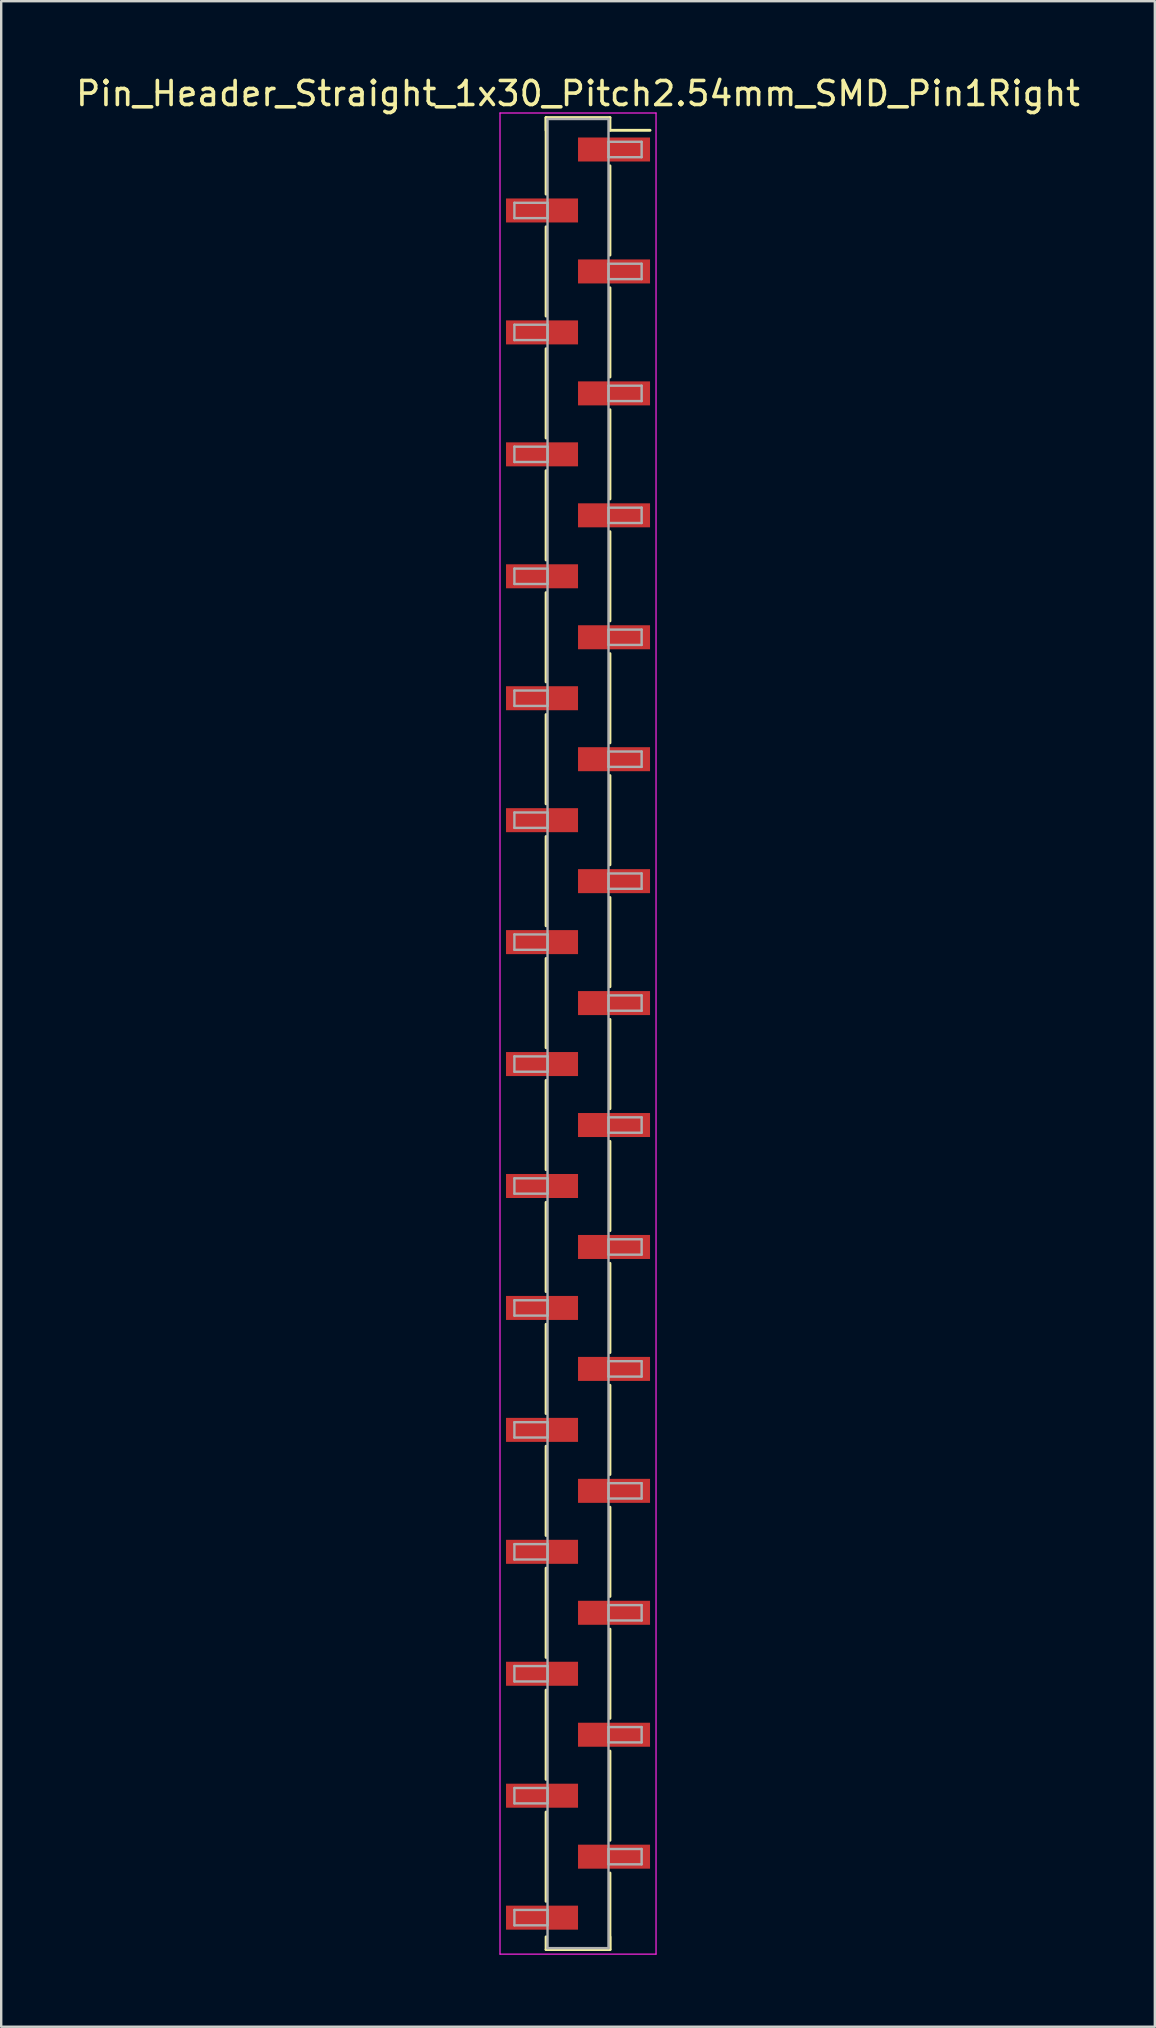
<source format=kicad_pcb>
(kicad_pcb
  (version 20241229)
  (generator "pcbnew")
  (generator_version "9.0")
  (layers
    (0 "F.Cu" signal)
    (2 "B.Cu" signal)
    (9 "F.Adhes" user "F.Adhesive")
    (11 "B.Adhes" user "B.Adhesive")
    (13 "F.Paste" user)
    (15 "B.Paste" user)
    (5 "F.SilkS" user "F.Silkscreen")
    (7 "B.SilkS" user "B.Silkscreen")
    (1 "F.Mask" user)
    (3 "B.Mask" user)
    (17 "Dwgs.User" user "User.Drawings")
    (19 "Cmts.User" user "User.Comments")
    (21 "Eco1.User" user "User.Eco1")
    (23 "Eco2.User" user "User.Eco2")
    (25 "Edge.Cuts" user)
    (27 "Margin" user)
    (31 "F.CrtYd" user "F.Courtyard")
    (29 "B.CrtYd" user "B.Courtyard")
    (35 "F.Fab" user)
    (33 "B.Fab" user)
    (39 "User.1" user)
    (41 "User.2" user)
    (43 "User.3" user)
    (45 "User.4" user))
  (footprint "Pin_Header_Straight_1x30_Pitch2.54mm_SMD_Pin1Right"
    (layer "F.Cu")
    (at 21.03 40.008)
    (property "Reference" "Pin_Header_Straight_1x30_Pitch2.54mm_SMD_Pin1Right" (at 0 -39.16 0) (layer "F.SilkS") (effects (font (size 1 1) (thickness 0.15))))
    (attr smd)
    (fp_line (start -1.33 -38.16) (end -1.33 -34.97) (stroke (width 0.12) (type solid)) (layer "F.SilkS"))
    (fp_line (start -1.33 -38.16) (end 1.33 -38.16) (stroke (width 0.12) (type solid)) (layer "F.SilkS"))
    (fp_line (start -1.33 -37.63) (end -1.33 -38.16) (stroke (width 0.12) (type solid)) (layer "F.SilkS"))
    (fp_line (start -1.33 -33.61) (end -1.33 -29.89) (stroke (width 0.12) (type solid)) (layer "F.SilkS"))
    (fp_line (start -1.33 -28.53) (end -1.33 -24.81) (stroke (width 0.12) (type solid)) (layer "F.SilkS"))
    (fp_line (start -1.33 -23.45) (end -1.33 -19.73) (stroke (width 0.12) (type solid)) (layer "F.SilkS"))
    (fp_line (start -1.33 -18.37) (end -1.33 -14.65) (stroke (width 0.12) (type solid)) (layer "F.SilkS"))
    (fp_line (start -1.33 -13.29) (end -1.33 -9.57) (stroke (width 0.12) (type solid)) (layer "F.SilkS"))
    (fp_line (start -1.33 -8.21) (end -1.33 -4.49) (stroke (width 0.12) (type solid)) (layer "F.SilkS"))
    (fp_line (start -1.33 -3.13) (end -1.33 0.59) (stroke (width 0.12) (type solid)) (layer "F.SilkS"))
    (fp_line (start -1.33 1.95) (end -1.33 5.67) (stroke (width 0.12) (type solid)) (layer "F.SilkS"))
    (fp_line (start -1.33 7.03) (end -1.33 10.75) (stroke (width 0.12) (type solid)) (layer "F.SilkS"))
    (fp_line (start -1.33 12.11) (end -1.33 15.83) (stroke (width 0.12) (type solid)) (layer "F.SilkS"))
    (fp_line (start -1.33 17.19) (end -1.33 20.91) (stroke (width 0.12) (type solid)) (layer "F.SilkS"))
    (fp_line (start -1.33 22.27) (end -1.33 25.99) (stroke (width 0.12) (type solid)) (layer "F.SilkS"))
    (fp_line (start -1.33 27.35) (end -1.33 31.07) (stroke (width 0.12) (type solid)) (layer "F.SilkS"))
    (fp_line (start -1.33 32.43) (end -1.33 36.15) (stroke (width 0.12) (type solid)) (layer "F.SilkS"))
    (fp_line (start -1.33 37.63) (end -1.33 38.16) (stroke (width 0.12) (type solid)) (layer "F.SilkS"))
    (fp_line (start -1.33 38.16) (end 1.33 38.16) (stroke (width 0.12) (type solid)) (layer "F.SilkS"))
    (fp_line (start 1.33 -38.16) (end 1.33 -37.63) (stroke (width 0.12) (type solid)) (layer "F.SilkS"))
    (fp_line (start 1.33 -37.63) (end 3 -37.63) (stroke (width 0.12) (type solid)) (layer "F.SilkS"))
    (fp_line (start 1.33 -36.15) (end 1.33 -32.43) (stroke (width 0.12) (type solid)) (layer "F.SilkS"))
    (fp_line (start 1.33 -31.07) (end 1.33 -27.35) (stroke (width 0.12) (type solid)) (layer "F.SilkS"))
    (fp_line (start 1.33 -25.99) (end 1.33 -22.27) (stroke (width 0.12) (type solid)) (layer "F.SilkS"))
    (fp_line (start 1.33 -20.91) (end 1.33 -17.19) (stroke (width 0.12) (type solid)) (layer "F.SilkS"))
    (fp_line (start 1.33 -15.83) (end 1.33 -12.11) (stroke (width 0.12) (type solid)) (layer "F.SilkS"))
    (fp_line (start 1.33 -10.75) (end 1.33 -7.03) (stroke (width 0.12) (type solid)) (layer "F.SilkS"))
    (fp_line (start 1.33 -5.67) (end 1.33 -1.95) (stroke (width 0.12) (type solid)) (layer "F.SilkS"))
    (fp_line (start 1.33 -0.59) (end 1.33 3.13) (stroke (width 0.12) (type solid)) (layer "F.SilkS"))
    (fp_line (start 1.33 4.49) (end 1.33 8.21) (stroke (width 0.12) (type solid)) (layer "F.SilkS"))
    (fp_line (start 1.33 9.57) (end 1.33 13.29) (stroke (width 0.12) (type solid)) (layer "F.SilkS"))
    (fp_line (start 1.33 14.65) (end 1.33 18.37) (stroke (width 0.12) (type solid)) (layer "F.SilkS"))
    (fp_line (start 1.33 19.73) (end 1.33 23.45) (stroke (width 0.12) (type solid)) (layer "F.SilkS"))
    (fp_line (start 1.33 24.81) (end 1.33 28.53) (stroke (width 0.12) (type solid)) (layer "F.SilkS"))
    (fp_line (start 1.33 29.89) (end 1.33 33.61) (stroke (width 0.12) (type solid)) (layer "F.SilkS"))
    (fp_line (start 1.33 34.97) (end 1.33 38.16) (stroke (width 0.12) (type solid)) (layer "F.SilkS"))
    (fp_line (start 1.33 38.16) (end 1.33 37.63) (stroke (width 0.12) (type solid)) (layer "F.SilkS"))
    (fp_line (start -3.25 -38.35) (end -3.25 38.35) (stroke (width 0.05) (type solid)) (layer "F.CrtYd"))
    (fp_line (start -3.25 38.35) (end 3.25 38.35) (stroke (width 0.05) (type solid)) (layer "F.CrtYd"))
    (fp_line (start 3.25 -38.35) (end -3.25 -38.35) (stroke (width 0.05) (type solid)) (layer "F.CrtYd"))
    (fp_line (start 3.25 38.35) (end 3.25 -38.35) (stroke (width 0.05) (type solid)) (layer "F.CrtYd"))
    (fp_line (start -2.65 -34.61) (end -1.27 -34.61) (stroke (width 0.1) (type solid)) (layer "F.Fab"))
    (fp_line (start -2.65 -33.97) (end -2.65 -34.61) (stroke (width 0.1) (type solid)) (layer "F.Fab"))
    (fp_line (start -2.65 -29.53) (end -1.27 -29.53) (stroke (width 0.1) (type solid)) (layer "F.Fab"))
    (fp_line (start -2.65 -28.89) (end -2.65 -29.53) (stroke (width 0.1) (type solid)) (layer "F.Fab"))
    (fp_line (start -2.65 -24.45) (end -1.27 -24.45) (stroke (width 0.1) (type solid)) (layer "F.Fab"))
    (fp_line (start -2.65 -23.81) (end -2.65 -24.45) (stroke (width 0.1) (type solid)) (layer "F.Fab"))
    (fp_line (start -2.65 -19.37) (end -1.27 -19.37) (stroke (width 0.1) (type solid)) (layer "F.Fab"))
    (fp_line (start -2.65 -18.73) (end -2.65 -19.37) (stroke (width 0.1) (type solid)) (layer "F.Fab"))
    (fp_line (start -2.65 -14.29) (end -1.27 -14.29) (stroke (width 0.1) (type solid)) (layer "F.Fab"))
    (fp_line (start -2.65 -13.65) (end -2.65 -14.29) (stroke (width 0.1) (type solid)) (layer "F.Fab"))
    (fp_line (start -2.65 -9.21) (end -1.27 -9.21) (stroke (width 0.1) (type solid)) (layer "F.Fab"))
    (fp_line (start -2.65 -8.57) (end -2.65 -9.21) (stroke (width 0.1) (type solid)) (layer "F.Fab"))
    (fp_line (start -2.65 -4.13) (end -1.27 -4.13) (stroke (width 0.1) (type solid)) (layer "F.Fab"))
    (fp_line (start -2.65 -3.49) (end -2.65 -4.13) (stroke (width 0.1) (type solid)) (layer "F.Fab"))
    (fp_line (start -2.65 0.95) (end -1.27 0.95) (stroke (width 0.1) (type solid)) (layer "F.Fab"))
    (fp_line (start -2.65 1.59) (end -2.65 0.95) (stroke (width 0.1) (type solid)) (layer "F.Fab"))
    (fp_line (start -2.65 6.03) (end -1.27 6.03) (stroke (width 0.1) (type solid)) (layer "F.Fab"))
    (fp_line (start -2.65 6.67) (end -2.65 6.03) (stroke (width 0.1) (type solid)) (layer "F.Fab"))
    (fp_line (start -2.65 11.11) (end -1.27 11.11) (stroke (width 0.1) (type solid)) (layer "F.Fab"))
    (fp_line (start -2.65 11.75) (end -2.65 11.11) (stroke (width 0.1) (type solid)) (layer "F.Fab"))
    (fp_line (start -2.65 16.19) (end -1.27 16.19) (stroke (width 0.1) (type solid)) (layer "F.Fab"))
    (fp_line (start -2.65 16.83) (end -2.65 16.19) (stroke (width 0.1) (type solid)) (layer "F.Fab"))
    (fp_line (start -2.65 21.27) (end -1.27 21.27) (stroke (width 0.1) (type solid)) (layer "F.Fab"))
    (fp_line (start -2.65 21.91) (end -2.65 21.27) (stroke (width 0.1) (type solid)) (layer "F.Fab"))
    (fp_line (start -2.65 26.35) (end -1.27 26.35) (stroke (width 0.1) (type solid)) (layer "F.Fab"))
    (fp_line (start -2.65 26.99) (end -2.65 26.35) (stroke (width 0.1) (type solid)) (layer "F.Fab"))
    (fp_line (start -2.65 31.43) (end -1.27 31.43) (stroke (width 0.1) (type solid)) (layer "F.Fab"))
    (fp_line (start -2.65 32.07) (end -2.65 31.43) (stroke (width 0.1) (type solid)) (layer "F.Fab"))
    (fp_line (start -2.65 36.51) (end -1.27 36.51) (stroke (width 0.1) (type solid)) (layer "F.Fab"))
    (fp_line (start -2.65 37.15) (end -2.65 36.51) (stroke (width 0.1) (type solid)) (layer "F.Fab"))
    (fp_line (start -1.27 -38.1) (end -1.27 38.1) (stroke (width 0.1) (type solid)) (layer "F.Fab"))
    (fp_line (start -1.27 -34.61) (end -1.27 -33.97) (stroke (width 0.1) (type solid)) (layer "F.Fab"))
    (fp_line (start -1.27 -33.97) (end -2.65 -33.97) (stroke (width 0.1) (type solid)) (layer "F.Fab"))
    (fp_line (start -1.27 -29.53) (end -1.27 -28.89) (stroke (width 0.1) (type solid)) (layer "F.Fab"))
    (fp_line (start -1.27 -28.89) (end -2.65 -28.89) (stroke (width 0.1) (type solid)) (layer "F.Fab"))
    (fp_line (start -1.27 -24.45) (end -1.27 -23.81) (stroke (width 0.1) (type solid)) (layer "F.Fab"))
    (fp_line (start -1.27 -23.81) (end -2.65 -23.81) (stroke (width 0.1) (type solid)) (layer "F.Fab"))
    (fp_line (start -1.27 -19.37) (end -1.27 -18.73) (stroke (width 0.1) (type solid)) (layer "F.Fab"))
    (fp_line (start -1.27 -18.73) (end -2.65 -18.73) (stroke (width 0.1) (type solid)) (layer "F.Fab"))
    (fp_line (start -1.27 -14.29) (end -1.27 -13.65) (stroke (width 0.1) (type solid)) (layer "F.Fab"))
    (fp_line (start -1.27 -13.65) (end -2.65 -13.65) (stroke (width 0.1) (type solid)) (layer "F.Fab"))
    (fp_line (start -1.27 -9.21) (end -1.27 -8.57) (stroke (width 0.1) (type solid)) (layer "F.Fab"))
    (fp_line (start -1.27 -8.57) (end -2.65 -8.57) (stroke (width 0.1) (type solid)) (layer "F.Fab"))
    (fp_line (start -1.27 -4.13) (end -1.27 -3.49) (stroke (width 0.1) (type solid)) (layer "F.Fab"))
    (fp_line (start -1.27 -3.49) (end -2.65 -3.49) (stroke (width 0.1) (type solid)) (layer "F.Fab"))
    (fp_line (start -1.27 0.95) (end -1.27 1.59) (stroke (width 0.1) (type solid)) (layer "F.Fab"))
    (fp_line (start -1.27 1.59) (end -2.65 1.59) (stroke (width 0.1) (type solid)) (layer "F.Fab"))
    (fp_line (start -1.27 6.03) (end -1.27 6.67) (stroke (width 0.1) (type solid)) (layer "F.Fab"))
    (fp_line (start -1.27 6.67) (end -2.65 6.67) (stroke (width 0.1) (type solid)) (layer "F.Fab"))
    (fp_line (start -1.27 11.11) (end -1.27 11.75) (stroke (width 0.1) (type solid)) (layer "F.Fab"))
    (fp_line (start -1.27 11.75) (end -2.65 11.75) (stroke (width 0.1) (type solid)) (layer "F.Fab"))
    (fp_line (start -1.27 16.19) (end -1.27 16.83) (stroke (width 0.1) (type solid)) (layer "F.Fab"))
    (fp_line (start -1.27 16.83) (end -2.65 16.83) (stroke (width 0.1) (type solid)) (layer "F.Fab"))
    (fp_line (start -1.27 21.27) (end -1.27 21.91) (stroke (width 0.1) (type solid)) (layer "F.Fab"))
    (fp_line (start -1.27 21.91) (end -2.65 21.91) (stroke (width 0.1) (type solid)) (layer "F.Fab"))
    (fp_line (start -1.27 26.35) (end -1.27 26.99) (stroke (width 0.1) (type solid)) (layer "F.Fab"))
    (fp_line (start -1.27 26.99) (end -2.65 26.99) (stroke (width 0.1) (type solid)) (layer "F.Fab"))
    (fp_line (start -1.27 31.43) (end -1.27 32.07) (stroke (width 0.1) (type solid)) (layer "F.Fab"))
    (fp_line (start -1.27 32.07) (end -2.65 32.07) (stroke (width 0.1) (type solid)) (layer "F.Fab"))
    (fp_line (start -1.27 36.51) (end -1.27 37.15) (stroke (width 0.1) (type solid)) (layer "F.Fab"))
    (fp_line (start -1.27 37.15) (end -2.65 37.15) (stroke (width 0.1) (type solid)) (layer "F.Fab"))
    (fp_line (start -1.27 38.1) (end 1.27 38.1) (stroke (width 0.1) (type solid)) (layer "F.Fab"))
    (fp_line (start 1.27 -38.1) (end -1.27 -38.1) (stroke (width 0.1) (type solid)) (layer "F.Fab"))
    (fp_line (start 1.27 -37.15) (end 1.27 -36.51) (stroke (width 0.1) (type solid)) (layer "F.Fab"))
    (fp_line (start 1.27 -36.51) (end 2.65 -36.51) (stroke (width 0.1) (type solid)) (layer "F.Fab"))
    (fp_line (start 1.27 -32.07) (end 1.27 -31.43) (stroke (width 0.1) (type solid)) (layer "F.Fab"))
    (fp_line (start 1.27 -31.43) (end 2.65 -31.43) (stroke (width 0.1) (type solid)) (layer "F.Fab"))
    (fp_line (start 1.27 -26.99) (end 1.27 -26.35) (stroke (width 0.1) (type solid)) (layer "F.Fab"))
    (fp_line (start 1.27 -26.35) (end 2.65 -26.35) (stroke (width 0.1) (type solid)) (layer "F.Fab"))
    (fp_line (start 1.27 -21.91) (end 1.27 -21.27) (stroke (width 0.1) (type solid)) (layer "F.Fab"))
    (fp_line (start 1.27 -21.27) (end 2.65 -21.27) (stroke (width 0.1) (type solid)) (layer "F.Fab"))
    (fp_line (start 1.27 -16.83) (end 1.27 -16.19) (stroke (width 0.1) (type solid)) (layer "F.Fab"))
    (fp_line (start 1.27 -16.19) (end 2.65 -16.19) (stroke (width 0.1) (type solid)) (layer "F.Fab"))
    (fp_line (start 1.27 -11.75) (end 1.27 -11.11) (stroke (width 0.1) (type solid)) (layer "F.Fab"))
    (fp_line (start 1.27 -11.11) (end 2.65 -11.11) (stroke (width 0.1) (type solid)) (layer "F.Fab"))
    (fp_line (start 1.27 -6.67) (end 1.27 -6.03) (stroke (width 0.1) (type solid)) (layer "F.Fab"))
    (fp_line (start 1.27 -6.03) (end 2.65 -6.03) (stroke (width 0.1) (type solid)) (layer "F.Fab"))
    (fp_line (start 1.27 -1.59) (end 1.27 -0.95) (stroke (width 0.1) (type solid)) (layer "F.Fab"))
    (fp_line (start 1.27 -0.95) (end 2.65 -0.95) (stroke (width 0.1) (type solid)) (layer "F.Fab"))
    (fp_line (start 1.27 3.49) (end 1.27 4.13) (stroke (width 0.1) (type solid)) (layer "F.Fab"))
    (fp_line (start 1.27 4.13) (end 2.65 4.13) (stroke (width 0.1) (type solid)) (layer "F.Fab"))
    (fp_line (start 1.27 8.57) (end 1.27 9.21) (stroke (width 0.1) (type solid)) (layer "F.Fab"))
    (fp_line (start 1.27 9.21) (end 2.65 9.21) (stroke (width 0.1) (type solid)) (layer "F.Fab"))
    (fp_line (start 1.27 13.65) (end 1.27 14.29) (stroke (width 0.1) (type solid)) (layer "F.Fab"))
    (fp_line (start 1.27 14.29) (end 2.65 14.29) (stroke (width 0.1) (type solid)) (layer "F.Fab"))
    (fp_line (start 1.27 18.73) (end 1.27 19.37) (stroke (width 0.1) (type solid)) (layer "F.Fab"))
    (fp_line (start 1.27 19.37) (end 2.65 19.37) (stroke (width 0.1) (type solid)) (layer "F.Fab"))
    (fp_line (start 1.27 23.81) (end 1.27 24.45) (stroke (width 0.1) (type solid)) (layer "F.Fab"))
    (fp_line (start 1.27 24.45) (end 2.65 24.45) (stroke (width 0.1) (type solid)) (layer "F.Fab"))
    (fp_line (start 1.27 28.89) (end 1.27 29.53) (stroke (width 0.1) (type solid)) (layer "F.Fab"))
    (fp_line (start 1.27 29.53) (end 2.65 29.53) (stroke (width 0.1) (type solid)) (layer "F.Fab"))
    (fp_line (start 1.27 33.97) (end 1.27 34.61) (stroke (width 0.1) (type solid)) (layer "F.Fab"))
    (fp_line (start 1.27 34.61) (end 2.65 34.61) (stroke (width 0.1) (type solid)) (layer "F.Fab"))
    (fp_line (start 1.27 38.1) (end 1.27 -38.1) (stroke (width 0.1) (type solid)) (layer "F.Fab"))
    (fp_line (start 2.65 -37.15) (end 1.27 -37.15) (stroke (width 0.1) (type solid)) (layer "F.Fab"))
    (fp_line (start 2.65 -36.51) (end 2.65 -37.15) (stroke (width 0.1) (type solid)) (layer "F.Fab"))
    (fp_line (start 2.65 -32.07) (end 1.27 -32.07) (stroke (width 0.1) (type solid)) (layer "F.Fab"))
    (fp_line (start 2.65 -31.43) (end 2.65 -32.07) (stroke (width 0.1) (type solid)) (layer "F.Fab"))
    (fp_line (start 2.65 -26.99) (end 1.27 -26.99) (stroke (width 0.1) (type solid)) (layer "F.Fab"))
    (fp_line (start 2.65 -26.35) (end 2.65 -26.99) (stroke (width 0.1) (type solid)) (layer "F.Fab"))
    (fp_line (start 2.65 -21.91) (end 1.27 -21.91) (stroke (width 0.1) (type solid)) (layer "F.Fab"))
    (fp_line (start 2.65 -21.27) (end 2.65 -21.91) (stroke (width 0.1) (type solid)) (layer "F.Fab"))
    (fp_line (start 2.65 -16.83) (end 1.27 -16.83) (stroke (width 0.1) (type solid)) (layer "F.Fab"))
    (fp_line (start 2.65 -16.19) (end 2.65 -16.83) (stroke (width 0.1) (type solid)) (layer "F.Fab"))
    (fp_line (start 2.65 -11.75) (end 1.27 -11.75) (stroke (width 0.1) (type solid)) (layer "F.Fab"))
    (fp_line (start 2.65 -11.11) (end 2.65 -11.75) (stroke (width 0.1) (type solid)) (layer "F.Fab"))
    (fp_line (start 2.65 -6.67) (end 1.27 -6.67) (stroke (width 0.1) (type solid)) (layer "F.Fab"))
    (fp_line (start 2.65 -6.03) (end 2.65 -6.67) (stroke (width 0.1) (type solid)) (layer "F.Fab"))
    (fp_line (start 2.65 -1.59) (end 1.27 -1.59) (stroke (width 0.1) (type solid)) (layer "F.Fab"))
    (fp_line (start 2.65 -0.95) (end 2.65 -1.59) (stroke (width 0.1) (type solid)) (layer "F.Fab"))
    (fp_line (start 2.65 3.49) (end 1.27 3.49) (stroke (width 0.1) (type solid)) (layer "F.Fab"))
    (fp_line (start 2.65 4.13) (end 2.65 3.49) (stroke (width 0.1) (type solid)) (layer "F.Fab"))
    (fp_line (start 2.65 8.57) (end 1.27 8.57) (stroke (width 0.1) (type solid)) (layer "F.Fab"))
    (fp_line (start 2.65 9.21) (end 2.65 8.57) (stroke (width 0.1) (type solid)) (layer "F.Fab"))
    (fp_line (start 2.65 13.65) (end 1.27 13.65) (stroke (width 0.1) (type solid)) (layer "F.Fab"))
    (fp_line (start 2.65 14.29) (end 2.65 13.65) (stroke (width 0.1) (type solid)) (layer "F.Fab"))
    (fp_line (start 2.65 18.73) (end 1.27 18.73) (stroke (width 0.1) (type solid)) (layer "F.Fab"))
    (fp_line (start 2.65 19.37) (end 2.65 18.73) (stroke (width 0.1) (type solid)) (layer "F.Fab"))
    (fp_line (start 2.65 23.81) (end 1.27 23.81) (stroke (width 0.1) (type solid)) (layer "F.Fab"))
    (fp_line (start 2.65 24.45) (end 2.65 23.81) (stroke (width 0.1) (type solid)) (layer "F.Fab"))
    (fp_line (start 2.65 28.89) (end 1.27 28.89) (stroke (width 0.1) (type solid)) (layer "F.Fab"))
    (fp_line (start 2.65 29.53) (end 2.65 28.89) (stroke (width 0.1) (type solid)) (layer "F.Fab"))
    (fp_line (start 2.65 33.97) (end 1.27 33.97) (stroke (width 0.1) (type solid)) (layer "F.Fab"))
    (fp_line (start 2.65 34.61) (end 2.65 33.97) (stroke (width 0.1) (type solid)) (layer "F.Fab"))
    (pad "1" smd rect (at 1.5 -36.83) (size 3 1) (layers "F.Cu" "F.Mask"))
    (pad "2" smd rect (at -1.5 -34.29) (size 3 1) (layers "F.Cu" "F.Mask"))
    (pad "3" smd rect (at 1.5 -31.75) (size 3 1) (layers "F.Cu" "F.Mask"))
    (pad "4" smd rect (at -1.5 -29.21) (size 3 1) (layers "F.Cu" "F.Mask"))
    (pad "5" smd rect (at 1.5 -26.67) (size 3 1) (layers "F.Cu" "F.Mask"))
    (pad "6" smd rect (at -1.5 -24.13) (size 3 1) (layers "F.Cu" "F.Mask"))
    (pad "7" smd rect (at 1.5 -21.59) (size 3 1) (layers "F.Cu" "F.Mask"))
    (pad "8" smd rect (at -1.5 -19.05) (size 3 1) (layers "F.Cu" "F.Mask"))
    (pad "9" smd rect (at 1.5 -16.51) (size 3 1) (layers "F.Cu" "F.Mask"))
    (pad "10" smd rect (at -1.5 -13.97) (size 3 1) (layers "F.Cu" "F.Mask"))
    (pad "11" smd rect (at 1.5 -11.43) (size 3 1) (layers "F.Cu" "F.Mask"))
    (pad "12" smd rect (at -1.5 -8.89) (size 3 1) (layers "F.Cu" "F.Mask"))
    (pad "13" smd rect (at 1.5 -6.35) (size 3 1) (layers "F.Cu" "F.Mask"))
    (pad "14" smd rect (at -1.5 -3.81) (size 3 1) (layers "F.Cu" "F.Mask"))
    (pad "15" smd rect (at 1.5 -1.27) (size 3 1) (layers "F.Cu" "F.Mask"))
    (pad "16" smd rect (at -1.5 1.27) (size 3 1) (layers "F.Cu" "F.Mask"))
    (pad "17" smd rect (at 1.5 3.81) (size 3 1) (layers "F.Cu" "F.Mask"))
    (pad "18" smd rect (at -1.5 6.35) (size 3 1) (layers "F.Cu" "F.Mask"))
    (pad "19" smd rect (at 1.5 8.89) (size 3 1) (layers "F.Cu" "F.Mask"))
    (pad "20" smd rect (at -1.5 11.43) (size 3 1) (layers "F.Cu" "F.Mask"))
    (pad "21" smd rect (at 1.5 13.97) (size 3 1) (layers "F.Cu" "F.Mask"))
    (pad "22" smd rect (at -1.5 16.51) (size 3 1) (layers "F.Cu" "F.Mask"))
    (pad "23" smd rect (at 1.5 19.05) (size 3 1) (layers "F.Cu" "F.Mask"))
    (pad "24" smd rect (at -1.5 21.59) (size 3 1) (layers "F.Cu" "F.Mask"))
    (pad "25" smd rect (at 1.5 24.13) (size 3 1) (layers "F.Cu" "F.Mask"))
    (pad "26" smd rect (at -1.5 26.67) (size 3 1) (layers "F.Cu" "F.Mask"))
    (pad "27" smd rect (at 1.5 29.21) (size 3 1) (layers "F.Cu" "F.Mask"))
    (pad "28" smd rect (at -1.5 31.75) (size 3 1) (layers "F.Cu" "F.Mask"))
    (pad "29" smd rect (at 1.5 34.29) (size 3 1) (layers "F.Cu" "F.Mask"))
    (pad "30" smd rect (at -1.5 36.83) (size 3 1) (layers "F.Cu" "F.Mask")))
  (gr_rect
    (start -3 -3)
    (end 45.06 81.383)
    (stroke (width 0.1) (type default))
    (fill no)
    (layer "Edge.Cuts")))
</source>
